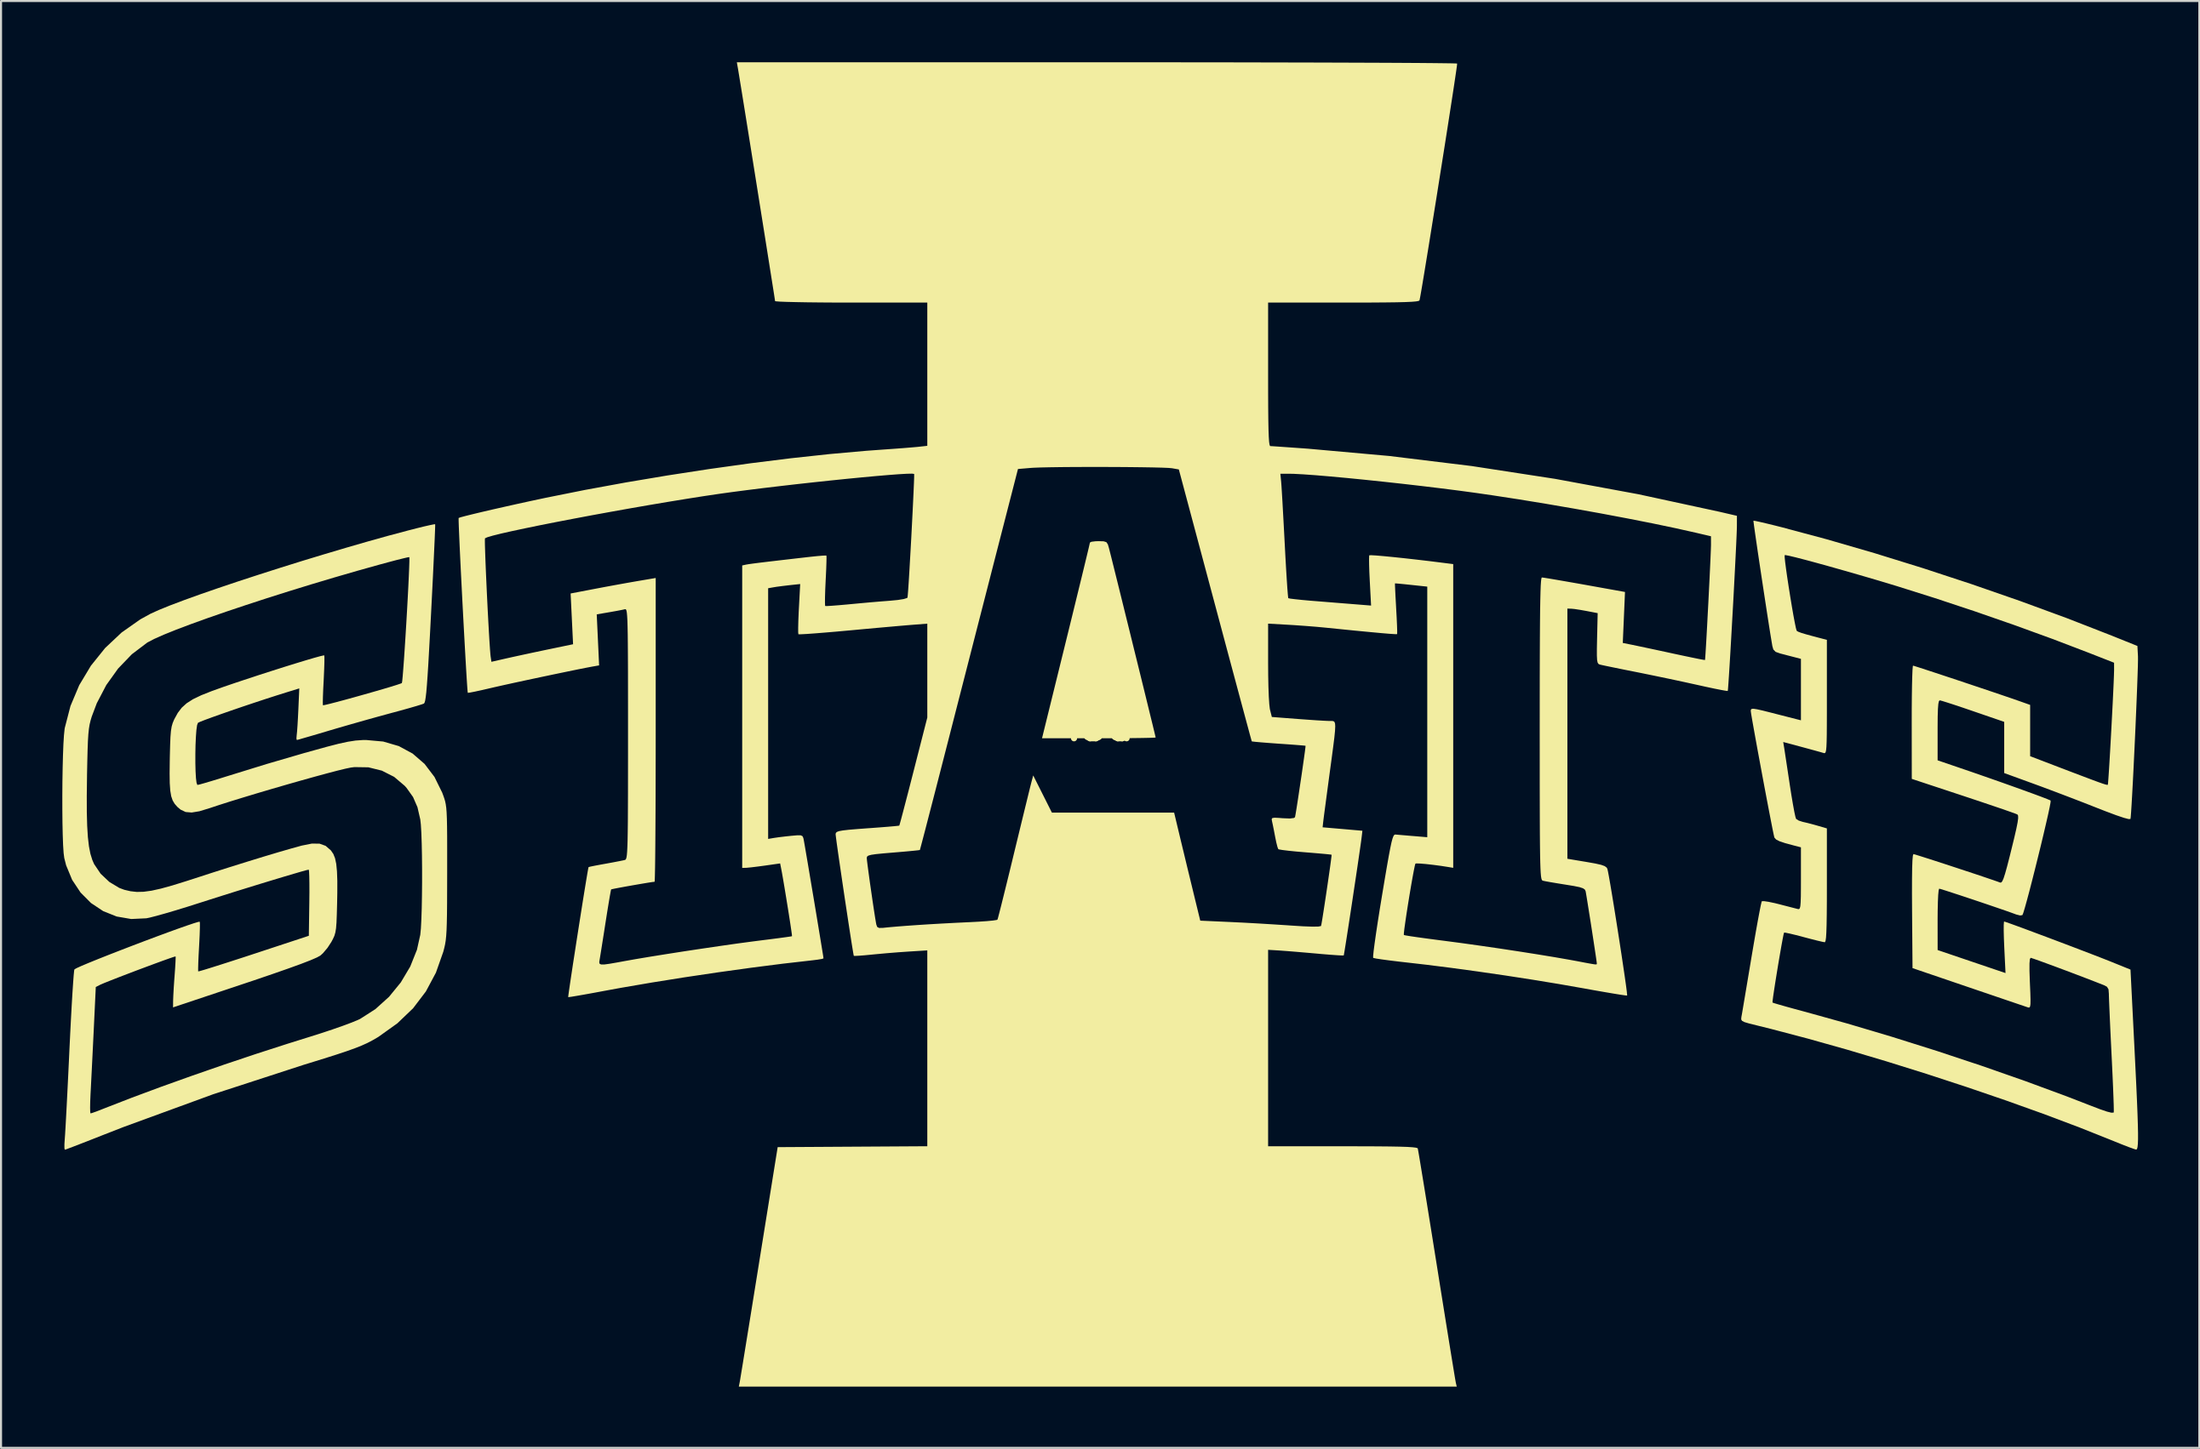
<source format=kicad_pcb>
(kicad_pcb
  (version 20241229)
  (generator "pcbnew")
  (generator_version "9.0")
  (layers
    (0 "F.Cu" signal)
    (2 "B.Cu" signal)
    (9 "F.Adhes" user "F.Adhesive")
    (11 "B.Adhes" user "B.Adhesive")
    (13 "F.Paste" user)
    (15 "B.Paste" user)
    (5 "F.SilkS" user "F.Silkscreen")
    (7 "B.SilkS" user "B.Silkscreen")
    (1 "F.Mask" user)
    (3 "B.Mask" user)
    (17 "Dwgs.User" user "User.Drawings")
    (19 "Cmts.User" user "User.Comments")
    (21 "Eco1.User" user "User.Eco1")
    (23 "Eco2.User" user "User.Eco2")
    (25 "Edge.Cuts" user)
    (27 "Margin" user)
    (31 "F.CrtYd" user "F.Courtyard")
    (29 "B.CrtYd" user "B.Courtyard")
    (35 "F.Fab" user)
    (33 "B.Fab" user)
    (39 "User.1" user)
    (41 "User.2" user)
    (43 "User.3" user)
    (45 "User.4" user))
  (footprint "isu"
    (layer "F.Cu")
    (at 50.8 32.427)
    (property "Reference" "isu" (at 0 0 0) (layer "F.SilkS") (effects (font (size 1.5 1.5) (thickness 0.3))))
    (attr board_only exclude_from_pos_files exclude_from_bom)
    (fp_poly (pts (xy 0.163 -8.968) (xy 0.298 -8.926) (xy 0.371 -8.815) (xy 0.419 -8.652) (xy 0.459 -8.497) (xy 0.533 -8.205) (xy 0.636 -7.791) (xy 0.764 -7.276) (xy 0.913 -6.676) (xy 1.078 -6.009) (xy 1.254 -5.294) (xy 1.439 -4.548) (xy 1.625 -3.79) (xy 1.811 -3.037) (xy 1.991 -2.307) (xy 2.16 -1.619) (xy 2.314 -0.99) (xy 2.449 -0.437) (xy 2.561 0.019) (xy 2.644 0.363) (xy 2.695 0.576) (xy 2.709 0.64) (xy 2.628 0.649) (xy 2.397 0.657) (xy 2.036 0.664) (xy 1.566 0.67) (xy 1.005 0.674) (xy 0.373 0.677) (xy -0.072 0.677) (xy -2.852 0.677) (xy -1.68 -4.081) (xy -1.466 -4.951) (xy -1.265 -5.771) (xy -1.08 -6.529) (xy -0.914 -7.207) (xy -0.772 -7.792) (xy -0.657 -8.27) (xy -0.572 -8.624) (xy -0.522 -8.842) (xy -0.508 -8.907) (xy -0.432 -8.946) (xy -0.237 -8.97) (xy -0.088 -8.975)) (stroke (width 0) (type solid)) (fill yes) (layer "F.SilkS"))
    (fp_poly (pts (xy 32.051 -9.966) (xy 32.274 -9.919) (xy 32.605 -9.842) (xy 33.018 -9.741) (xy 33.366 -9.653) (xy 35.577 -9.06) (xy 37.888 -8.389) (xy 40.259 -7.654) (xy 42.648 -6.868) (xy 45.014 -6.046) (xy 47.314 -5.201) (xy 49.507 -4.346) (xy 49.53 -4.336) (xy 50.758 -3.842) (xy 50.785 -3.339) (xy 50.786 -3.168) (xy 50.78 -2.855) (xy 50.766 -2.422) (xy 50.747 -1.89) (xy 50.723 -1.28) (xy 50.695 -0.612) (xy 50.665 0.092) (xy 50.632 0.812) (xy 50.598 1.527) (xy 50.565 2.216) (xy 50.532 2.858) (xy 50.501 3.432) (xy 50.473 3.917) (xy 50.449 4.293) (xy 50.43 4.538) (xy 50.418 4.629) (xy 50.329 4.635) (xy 50.093 4.573) (xy 49.714 4.445) (xy 49.201 4.253) (xy 48.794 4.094) (xy 48.172 3.849) (xy 47.472 3.579) (xy 46.76 3.308) (xy 46.099 3.06) (xy 45.72 2.921) (xy 44.238 2.381) (xy 44.238 1.128) (xy 44.238 -0.126) (xy 42.714 -0.65) (xy 42.232 -0.815) (xy 41.801 -0.959) (xy 41.448 -1.073) (xy 41.201 -1.15) (xy 41.086 -1.18) (xy 41.084 -1.18) (xy 41.044 -1.141) (xy 41.015 -1.008) (xy 40.995 -0.764) (xy 40.983 -0.389) (xy 40.979 0.132) (xy 40.979 0.286) (xy 40.979 1.758) (xy 42.016 2.112) (xy 42.667 2.335) (xy 43.326 2.564) (xy 43.974 2.791) (xy 44.59 3.01) (xy 45.155 3.213) (xy 45.647 3.392) (xy 46.047 3.54) (xy 46.335 3.651) (xy 46.491 3.717) (xy 46.511 3.729) (xy 46.506 3.82) (xy 46.463 4.052) (xy 46.389 4.401) (xy 46.288 4.844) (xy 46.168 5.358) (xy 46.034 5.92) (xy 45.89 6.506) (xy 45.744 7.093) (xy 45.601 7.658) (xy 45.467 8.178) (xy 45.346 8.629) (xy 45.246 8.988) (xy 45.172 9.232) (xy 45.129 9.338) (xy 45.129 9.338) (xy 45.018 9.356) (xy 44.83 9.309) (xy 44.824 9.307) (xy 44.635 9.237) (xy 44.333 9.13) (xy 43.944 8.996) (xy 43.497 8.843) (xy 43.019 8.681) (xy 42.537 8.52) (xy 42.081 8.368) (xy 41.676 8.236) (xy 41.352 8.131) (xy 41.136 8.064) (xy 41.056 8.043) (xy 41.03 8.124) (xy 41.008 8.35) (xy 40.992 8.698) (xy 40.982 9.144) (xy 40.979 9.546) (xy 40.98 11.049) (xy 42.641 11.613) (xy 44.302 12.176) (xy 44.241 10.914) (xy 44.223 10.474) (xy 44.214 10.101) (xy 44.215 9.823) (xy 44.226 9.672) (xy 44.234 9.652) (xy 44.329 9.681) (xy 44.56 9.762) (xy 44.904 9.887) (xy 45.338 10.047) (xy 45.841 10.235) (xy 46.39 10.44) (xy 46.962 10.656) (xy 47.535 10.873) (xy 48.087 11.084) (xy 48.595 11.279) (xy 49.036 11.45) (xy 49.389 11.589) (xy 49.488 11.629) (xy 50.419 12.006) (xy 50.602 15.634) (xy 50.656 16.718) (xy 50.701 17.644) (xy 50.736 18.425) (xy 50.762 19.072) (xy 50.779 19.596) (xy 50.788 20.009) (xy 50.788 20.323) (xy 50.779 20.549) (xy 50.763 20.7) (xy 50.739 20.786) (xy 50.707 20.819) (xy 50.694 20.821) (xy 50.579 20.787) (xy 50.342 20.701) (xy 50.014 20.574) (xy 49.63 20.419) (xy 49.572 20.395) (xy 47.948 19.747) (xy 46.188 19.083) (xy 44.326 18.416) (xy 42.394 17.755) (xy 40.425 17.11) (xy 38.451 16.493) (xy 36.505 15.914) (xy 34.62 15.384) (xy 32.827 14.912) (xy 32.114 14.735) (xy 31.752 14.645) (xy 31.527 14.578) (xy 31.408 14.517) (xy 31.366 14.445) (xy 31.373 14.347) (xy 31.377 14.321) (xy 31.402 14.185) (xy 31.45 13.903) (xy 31.497 13.621) (xy 32.899 13.621) (xy 32.987 13.652) (xy 33.212 13.719) (xy 33.549 13.815) (xy 33.973 13.932) (xy 34.457 14.063) (xy 34.478 14.068) (xy 36.568 14.65) (xy 38.736 15.295) (xy 40.939 15.989) (xy 43.131 16.717) (xy 45.268 17.465) (xy 47.307 18.218) (xy 48.429 18.653) (xy 48.916 18.84) (xy 49.263 18.959) (xy 49.482 19.014) (xy 49.587 19.01) (xy 49.6 18.993) (xy 49.602 18.884) (xy 49.597 18.627) (xy 49.584 18.244) (xy 49.565 17.755) (xy 49.54 17.182) (xy 49.51 16.547) (xy 49.494 16.215) (xy 49.461 15.543) (xy 49.431 14.911) (xy 49.405 14.343) (xy 49.384 13.863) (xy 49.369 13.494) (xy 49.361 13.26) (xy 49.361 13.207) (xy 49.343 12.975) (xy 49.269 12.848) (xy 49.128 12.773) (xy 48.725 12.615) (xy 48.263 12.436) (xy 47.767 12.247) (xy 47.264 12.057) (xy 46.78 11.876) (xy 46.341 11.714) (xy 45.972 11.579) (xy 45.7 11.483) (xy 45.55 11.434) (xy 45.531 11.43) (xy 45.494 11.497) (xy 45.476 11.703) (xy 45.475 12.057) (xy 45.492 12.57) (xy 45.496 12.668) (xy 45.517 13.148) (xy 45.526 13.484) (xy 45.523 13.698) (xy 45.504 13.817) (xy 45.469 13.863) (xy 45.416 13.862) (xy 45.403 13.858) (xy 45.29 13.82) (xy 45.036 13.734) (xy 44.662 13.607) (xy 44.186 13.445) (xy 43.628 13.255) (xy 43.008 13.044) (xy 42.503 12.872) (xy 39.751 11.934) (xy 39.729 9.142) (xy 39.724 8.278) (xy 39.726 7.58) (xy 39.733 7.042) (xy 39.747 6.66) (xy 39.767 6.431) (xy 39.794 6.35) (xy 39.796 6.35) (xy 39.892 6.375) (xy 40.122 6.446) (xy 40.461 6.554) (xy 40.881 6.689) (xy 41.357 6.844) (xy 41.863 7.01) (xy 42.372 7.178) (xy 42.858 7.339) (xy 43.295 7.486) (xy 43.657 7.609) (xy 43.918 7.699) (xy 44.037 7.744) (xy 44.09 7.742) (xy 44.144 7.68) (xy 44.206 7.54) (xy 44.283 7.302) (xy 44.382 6.947) (xy 44.508 6.456) (xy 44.586 6.14) (xy 44.729 5.556) (xy 44.83 5.117) (xy 44.893 4.802) (xy 44.921 4.593) (xy 44.918 4.469) (xy 44.887 4.411) (xy 44.885 4.41) (xy 44.779 4.367) (xy 44.532 4.278) (xy 44.166 4.15) (xy 43.699 3.991) (xy 43.154 3.807) (xy 42.549 3.605) (xy 42.243 3.503) (xy 39.715 2.667) (xy 39.712 -0.106) (xy 39.713 -0.772) (xy 39.718 -1.38) (xy 39.726 -1.912) (xy 39.737 -2.346) (xy 39.75 -2.663) (xy 39.765 -2.844) (xy 39.776 -2.879) (xy 39.868 -2.853) (xy 40.097 -2.78) (xy 40.441 -2.668) (xy 40.876 -2.525) (xy 41.381 -2.358) (xy 41.932 -2.175) (xy 42.506 -1.983) (xy 43.081 -1.79) (xy 43.634 -1.604) (xy 44.141 -1.432) (xy 44.581 -1.282) (xy 44.929 -1.161) (xy 45.043 -1.121) (xy 45.508 -0.956) (xy 45.508 0.299) (xy 45.508 1.555) (xy 46.905 2.09) (xy 47.586 2.35) (xy 48.125 2.554) (xy 48.539 2.71) (xy 48.844 2.823) (xy 49.056 2.898) (xy 49.193 2.941) (xy 49.271 2.959) (xy 49.306 2.957) (xy 49.31 2.954) (xy 49.321 2.865) (xy 49.339 2.631) (xy 49.363 2.277) (xy 49.391 1.825) (xy 49.422 1.3) (xy 49.454 0.727) (xy 49.487 0.129) (xy 49.518 -0.469) (xy 49.548 -1.044) (xy 49.573 -1.572) (xy 49.594 -2.027) (xy 49.608 -2.387) (xy 49.615 -2.627) (xy 49.616 -2.675) (xy 49.615 -3.022) (xy 48.366 -3.512) (xy 46.589 -4.191) (xy 44.705 -4.876) (xy 42.771 -5.548) (xy 40.842 -6.188) (xy 38.975 -6.777) (xy 37.989 -7.074) (xy 37.169 -7.314) (xy 36.392 -7.537) (xy 35.676 -7.74) (xy 35.035 -7.917) (xy 34.485 -8.065) (xy 34.041 -8.18) (xy 33.718 -8.257) (xy 33.533 -8.292) (xy 33.495 -8.291) (xy 33.493 -8.196) (xy 33.516 -7.964) (xy 33.56 -7.624) (xy 33.619 -7.207) (xy 33.69 -6.741) (xy 33.767 -6.257) (xy 33.845 -5.784) (xy 33.92 -5.351) (xy 33.988 -4.989) (xy 34.042 -4.726) (xy 34.08 -4.593) (xy 34.086 -4.583) (xy 34.159 -4.539) (xy 34.303 -4.485) (xy 34.541 -4.413) (xy 34.902 -4.314) (xy 35.2 -4.236) (xy 35.56 -4.142) (xy 35.56 -1.346) (xy 35.56 -0.585) (xy 35.558 0.023) (xy 35.555 0.496) (xy 35.548 0.848) (xy 35.537 1.099) (xy 35.521 1.263) (xy 35.498 1.358) (xy 35.468 1.4) (xy 35.429 1.407) (xy 35.388 1.396) (xy 35.238 1.352) (xy 34.966 1.277) (xy 34.615 1.181) (xy 34.32 1.101) (xy 33.423 0.861) (xy 33.467 1.129) (xy 33.493 1.297) (xy 33.539 1.6) (xy 33.601 2.007) (xy 33.673 2.485) (xy 33.745 2.963) (xy 33.823 3.463) (xy 33.898 3.907) (xy 33.964 4.268) (xy 34.018 4.517) (xy 34.052 4.625) (xy 34.182 4.709) (xy 34.379 4.772) (xy 34.608 4.825) (xy 34.913 4.905) (xy 35.097 4.957) (xy 35.56 5.092) (xy 35.56 7.88) (xy 35.559 8.675) (xy 35.554 9.314) (xy 35.546 9.811) (xy 35.534 10.18) (xy 35.518 10.436) (xy 35.496 10.591) (xy 35.468 10.66) (xy 35.454 10.666) (xy 35.334 10.644) (xy 35.087 10.586) (xy 34.753 10.501) (xy 34.422 10.414) (xy 34.052 10.317) (xy 33.746 10.243) (xy 33.539 10.2) (xy 33.466 10.194) (xy 33.44 10.286) (xy 33.395 10.512) (xy 33.334 10.844) (xy 33.263 11.251) (xy 33.186 11.702) (xy 33.11 12.166) (xy 33.038 12.613) (xy 32.976 13.013) (xy 32.929 13.334) (xy 32.902 13.548) (xy 32.899 13.621) (xy 31.497 13.621) (xy 31.518 13.498) (xy 31.603 12.992) (xy 31.701 12.407) (xy 31.809 11.765) (xy 31.868 11.408) (xy 31.979 10.754) (xy 32.083 10.153) (xy 32.177 9.626) (xy 32.258 9.194) (xy 32.321 8.877) (xy 32.363 8.695) (xy 32.376 8.659) (xy 32.478 8.654) (xy 32.705 8.687) (xy 33.017 8.753) (xy 33.215 8.802) (xy 33.571 8.894) (xy 33.877 8.973) (xy 34.087 9.027) (xy 34.142 9.041) (xy 34.195 9.044) (xy 34.233 9.005) (xy 34.26 8.902) (xy 34.276 8.714) (xy 34.286 8.419) (xy 34.289 7.994) (xy 34.29 7.548) (xy 34.29 6.018) (xy 33.93 5.925) (xy 33.516 5.813) (xy 33.241 5.721) (xy 33.078 5.638) (xy 32.998 5.552) (xy 32.985 5.519) (xy 32.954 5.383) (xy 32.897 5.106) (xy 32.82 4.713) (xy 32.726 4.227) (xy 32.62 3.671) (xy 32.506 3.068) (xy 32.389 2.442) (xy 32.273 1.815) (xy 32.161 1.211) (xy 32.06 0.653) (xy 31.972 0.164) (xy 31.902 -0.231) (xy 31.855 -0.511) (xy 31.835 -0.652) (xy 31.835 -0.661) (xy 31.842 -0.724) (xy 31.88 -0.761) (xy 31.974 -0.767) (xy 32.147 -0.74) (xy 32.424 -0.678) (xy 32.829 -0.576) (xy 33.062 -0.516) (xy 34.29 -0.202) (xy 34.29 -1.706) (xy 34.29 -3.211) (xy 33.951 -3.299) (xy 33.629 -3.382) (xy 33.301 -3.468) (xy 33.277 -3.474) (xy 33.052 -3.553) (xy 32.94 -3.669) (xy 32.892 -3.834) (xy 32.852 -4.07) (xy 32.793 -4.428) (xy 32.721 -4.884) (xy 32.638 -5.417) (xy 32.548 -6.003) (xy 32.454 -6.62) (xy 32.359 -7.246) (xy 32.267 -7.858) (xy 32.181 -8.433) (xy 32.106 -8.949) (xy 32.043 -9.384) (xy 31.996 -9.715) (xy 31.97 -9.919) (xy 31.965 -9.977)) (stroke (width 0) (type solid)) (fill yes) (layer "F.SilkS"))
    (fp_poly (pts (xy -32.552 -9.717) (xy -32.56 -9.477) (xy -32.575 -9.1) (xy -32.598 -8.601) (xy -32.626 -7.997) (xy -32.659 -7.303) (xy -32.697 -6.536) (xy -32.739 -5.711) (xy -32.753 -5.434) (xy -32.805 -4.442) (xy -32.851 -3.606) (xy -32.89 -2.915) (xy -32.926 -2.354) (xy -32.958 -1.911) (xy -32.987 -1.573) (xy -33.016 -1.328) (xy -33.043 -1.163) (xy -33.072 -1.065) (xy -33.102 -1.022) (xy -33.105 -1.02) (xy -33.225 -0.977) (xy -33.479 -0.899) (xy -33.841 -0.794) (xy -34.279 -0.672) (xy -34.713 -0.555) (xy -35.326 -0.388) (xy -36.031 -0.191) (xy -36.758 0.016) (xy -37.438 0.213) (xy -37.738 0.302) (xy -38.222 0.446) (xy -38.648 0.571) (xy -38.991 0.67) (xy -39.224 0.737) (xy -39.322 0.762) (xy -39.323 0.762) (xy -39.343 0.69) (xy -39.33 0.529) (xy -39.312 0.354) (xy -39.29 0.054) (xy -39.268 -0.33) (xy -39.248 -0.734) (xy -39.203 -1.764) (xy -39.858 -1.562) (xy -40.332 -1.413) (xy -40.862 -1.242) (xy -41.422 -1.057) (xy -41.988 -0.867) (xy -42.537 -0.679) (xy -43.044 -0.502) (xy -43.484 -0.345) (xy -43.834 -0.216) (xy -44.069 -0.123) (xy -44.162 -0.078) (xy -44.204 0.035) (xy -44.238 0.278) (xy -44.263 0.617) (xy -44.281 1.02) (xy -44.289 1.454) (xy -44.289 1.888) (xy -44.279 2.288) (xy -44.26 2.621) (xy -44.231 2.857) (xy -44.192 2.961) (xy -44.185 2.963) (xy -44.075 2.939) (xy -43.833 2.871) (xy -43.489 2.769) (xy -43.071 2.641) (xy -42.766 2.546) (xy -40.802 1.939) (xy -38.978 1.406) (xy -37.853 1.094) (xy -37.282 0.947) (xy -36.827 0.848) (xy -36.446 0.789) (xy -36.095 0.764) (xy -35.938 0.762) (xy -35.095 0.838) (xy -34.331 1.061) (xy -33.654 1.428) (xy -33.07 1.934) (xy -32.586 2.572) (xy -32.208 3.34) (xy -32.159 3.471) (xy -32.108 3.616) (xy -32.067 3.754) (xy -32.035 3.904) (xy -32.01 4.083) (xy -31.992 4.311) (xy -31.979 4.607) (xy -31.971 4.988) (xy -31.966 5.475) (xy -31.965 6.085) (xy -31.965 6.836) (xy -31.965 7.239) (xy -31.967 8.069) (xy -31.969 8.748) (xy -31.974 9.298) (xy -31.983 9.736) (xy -31.995 10.083) (xy -32.013 10.358) (xy -32.036 10.581) (xy -32.067 10.77) (xy -32.106 10.945) (xy -32.153 11.127) (xy -32.155 11.134) (xy -32.515 12.156) (xy -33.006 13.076) (xy -33.633 13.901) (xy -34.402 14.637) (xy -35.316 15.291) (xy -35.399 15.342) (xy -35.633 15.477) (xy -35.877 15.604) (xy -36.153 15.728) (xy -36.479 15.857) (xy -36.879 16.001) (xy -37.372 16.165) (xy -37.979 16.358) (xy -38.722 16.588) (xy -38.989 16.67) (xy -43.42 18.112) (xy -47.806 19.716) (xy -48.83 20.116) (xy -49.347 20.32) (xy -49.81 20.501) (xy -50.196 20.65) (xy -50.483 20.759) (xy -50.648 20.819) (xy -50.678 20.828) (xy -50.697 20.751) (xy -50.697 20.551) (xy -50.68 20.299) (xy -50.666 20.104) (xy -50.645 19.761) (xy -50.619 19.288) (xy -50.588 18.706) (xy -50.554 18.035) (xy -50.517 17.295) (xy -50.479 16.506) (xy -50.452 15.917) (xy -50.413 15.125) (xy -50.375 14.385) (xy -50.338 13.714) (xy -50.303 13.129) (xy -50.271 12.648) (xy -50.244 12.287) (xy -50.222 12.064) (xy -50.208 11.996) (xy -50.104 11.936) (xy -49.865 11.827) (xy -49.513 11.679) (xy -49.068 11.498) (xy -48.552 11.293) (xy -47.985 11.072) (xy -47.389 10.842) (xy -46.784 10.612) (xy -46.192 10.39) (xy -45.633 10.183) (xy -45.128 10) (xy -44.699 9.849) (xy -44.366 9.737) (xy -44.15 9.672) (xy -44.074 9.661) (xy -44.066 9.754) (xy -44.068 9.985) (xy -44.079 10.321) (xy -44.099 10.732) (xy -44.107 10.881) (xy -44.13 11.31) (xy -44.146 11.673) (xy -44.153 11.941) (xy -44.152 12.082) (xy -44.149 12.095) (xy -44.065 12.077) (xy -43.839 12.011) (xy -43.49 11.903) (xy -43.038 11.76) (xy -42.499 11.587) (xy -41.894 11.391) (xy -41.428 11.238) (xy -38.735 10.35) (xy -38.712 8.731) (xy -38.707 8.228) (xy -38.708 7.789) (xy -38.714 7.44) (xy -38.724 7.206) (xy -38.738 7.113) (xy -38.739 7.112) (xy -38.849 7.136) (xy -39.1 7.205) (xy -39.469 7.313) (xy -39.936 7.451) (xy -40.479 7.615) (xy -41.078 7.797) (xy -41.71 7.992) (xy -42.355 8.192) (xy -42.99 8.392) (xy -43.596 8.584) (xy -44.055 8.731) (xy -44.653 8.921) (xy -45.228 9.098) (xy -45.75 9.252) (xy -46.191 9.375) (xy -46.522 9.46) (xy -46.686 9.494) (xy -47.428 9.529) (xy -48.139 9.407) (xy -48.8 9.143) (xy -49.395 8.747) (xy -49.907 8.233) (xy -50.319 7.613) (xy -50.614 6.899) (xy -50.706 6.536) (xy -50.737 6.293) (xy -50.762 5.907) (xy -50.78 5.406) (xy -50.793 4.818) (xy -50.799 4.17) (xy -50.8 3.495) (xy -49.603 3.495) (xy -49.601 4.298) (xy -49.583 4.967) (xy -49.549 5.518) (xy -49.497 5.969) (xy -49.425 6.336) (xy -49.332 6.637) (xy -49.243 6.84) (xy -48.925 7.311) (xy -48.5 7.712) (xy -48.016 8.005) (xy -47.766 8.098) (xy -47.463 8.169) (xy -47.156 8.203) (xy -46.821 8.195) (xy -46.433 8.142) (xy -45.97 8.039) (xy -45.407 7.883) (xy -44.722 7.67) (xy -44.365 7.555) (xy -43.498 7.273) (xy -42.623 6.994) (xy -41.769 6.727) (xy -40.963 6.479) (xy -40.232 6.26) (xy -39.604 6.078) (xy -39.108 5.941) (xy -39.078 5.933) (xy -38.591 5.836) (xy -38.214 5.838) (xy -37.915 5.945) (xy -37.663 6.162) (xy -37.646 6.182) (xy -37.535 6.346) (xy -37.452 6.555) (xy -37.394 6.83) (xy -37.358 7.194) (xy -37.341 7.668) (xy -37.342 8.274) (xy -37.352 8.784) (xy -37.366 9.309) (xy -37.381 9.695) (xy -37.403 9.977) (xy -37.436 10.184) (xy -37.484 10.35) (xy -37.554 10.505) (xy -37.63 10.647) (xy -37.82 10.939) (xy -38.043 11.203) (xy -38.172 11.32) (xy -38.339 11.412) (xy -38.655 11.549) (xy -39.121 11.729) (xy -39.742 11.954) (xy -40.518 12.225) (xy -41.453 12.544) (xy -41.926 12.702) (xy -45.381 13.857) (xy -45.377 13.511) (xy -45.368 13.278) (xy -45.349 12.931) (xy -45.322 12.526) (xy -45.303 12.277) (xy -45.277 11.909) (xy -45.26 11.61) (xy -45.253 11.416) (xy -45.256 11.362) (xy -45.338 11.382) (xy -45.55 11.454) (xy -45.867 11.567) (xy -46.26 11.711) (xy -46.704 11.876) (xy -47.172 12.051) (xy -47.636 12.228) (xy -48.069 12.394) (xy -48.446 12.542) (xy -48.738 12.659) (xy -48.92 12.737) (xy -48.944 12.748) (xy -49.162 12.858) (xy -49.264 15.002) (xy -49.296 15.653) (xy -49.328 16.308) (xy -49.359 16.929) (xy -49.387 17.478) (xy -49.409 17.916) (xy -49.419 18.098) (xy -49.435 18.476) (xy -49.44 18.783) (xy -49.434 18.985) (xy -49.418 19.05) (xy -49.32 19.021) (xy -49.105 18.943) (xy -48.814 18.83) (xy -48.707 18.788) (xy -47.405 18.282) (xy -45.978 17.751) (xy -44.462 17.208) (xy -42.898 16.665) (xy -41.323 16.137) (xy -39.775 15.637) (xy -38.735 15.312) (xy -38.15 15.127) (xy -37.586 14.94) (xy -37.072 14.76) (xy -36.643 14.6) (xy -36.328 14.47) (xy -36.223 14.42) (xy -35.479 13.943) (xy -34.81 13.339) (xy -34.235 12.635) (xy -33.773 11.858) (xy -33.444 11.035) (xy -33.281 10.302) (xy -33.251 9.992) (xy -33.228 9.55) (xy -33.21 9.006) (xy -33.199 8.39) (xy -33.193 7.734) (xy -33.193 7.067) (xy -33.199 6.42) (xy -33.211 5.823) (xy -33.229 5.307) (xy -33.253 4.903) (xy -33.28 4.657) (xy -33.419 4.053) (xy -33.635 3.555) (xy -33.954 3.107) (xy -34.046 3.004) (xy -34.56 2.568) (xy -35.162 2.263) (xy -35.82 2.1) (xy -36.505 2.09) (xy -36.686 2.113) (xy -36.944 2.167) (xy -37.341 2.264) (xy -37.851 2.398) (xy -38.451 2.561) (xy -39.117 2.747) (xy -39.825 2.949) (xy -40.551 3.16) (xy -41.272 3.373) (xy -41.963 3.582) (xy -42.6 3.778) (xy -43.16 3.957) (xy -43.597 4.102) (xy -44.09 4.252) (xy -44.469 4.314) (xy -44.766 4.289) (xy -45.011 4.173) (xy -45.171 4.038) (xy -45.301 3.889) (xy -45.4 3.723) (xy -45.471 3.516) (xy -45.517 3.243) (xy -45.542 2.88) (xy -45.549 2.404) (xy -45.542 1.792) (xy -45.538 1.552) (xy -45.524 1.014) (xy -45.508 0.615) (xy -45.484 0.322) (xy -45.449 0.105) (xy -45.399 -0.069) (xy -45.331 -0.231) (xy -45.313 -0.268) (xy -45.147 -0.569) (xy -44.956 -0.819) (xy -44.716 -1.036) (xy -44.405 -1.235) (xy -43.997 -1.431) (xy -43.469 -1.64) (xy -42.924 -1.835) (xy -42.365 -2.026) (xy -41.765 -2.226) (xy -41.144 -2.43) (xy -40.525 -2.629) (xy -39.927 -2.819) (xy -39.373 -2.991) (xy -38.884 -3.14) (xy -38.479 -3.259) (xy -38.182 -3.341) (xy -38.012 -3.38) (xy -37.981 -3.381) (xy -37.973 -3.288) (xy -37.974 -3.057) (xy -37.984 -2.72) (xy -38.002 -2.309) (xy -38.009 -2.159) (xy -38.031 -1.73) (xy -38.045 -1.365) (xy -38.051 -1.095) (xy -38.048 -0.953) (xy -38.045 -0.939) (xy -37.959 -0.951) (xy -37.739 -1.003) (xy -37.411 -1.087) (xy -37.003 -1.196) (xy -36.544 -1.322) (xy -36.06 -1.458) (xy -35.578 -1.595) (xy -35.128 -1.725) (xy -34.735 -1.842) (xy -34.429 -1.937) (xy -34.235 -2.003) (xy -34.182 -2.027) (xy -34.165 -2.119) (xy -34.142 -2.357) (xy -34.113 -2.718) (xy -34.079 -3.178) (xy -34.043 -3.715) (xy -34.005 -4.304) (xy -33.967 -4.924) (xy -33.931 -5.55) (xy -33.897 -6.161) (xy -33.867 -6.731) (xy -33.843 -7.24) (xy -33.825 -7.662) (xy -33.815 -7.976) (xy -33.814 -8.158) (xy -33.819 -8.194) (xy -33.905 -8.181) (xy -34.128 -8.129) (xy -34.46 -8.046) (xy -34.875 -7.936) (xy -35.274 -7.828) (xy -36.37 -7.521) (xy -37.484 -7.198) (xy -38.601 -6.864) (xy -39.705 -6.524) (xy -40.782 -6.183) (xy -41.817 -5.845) (xy -42.795 -5.517) (xy -43.701 -5.203) (xy -44.52 -4.907) (xy -45.237 -4.636) (xy -45.837 -4.394) (xy -46.305 -4.186) (xy -46.627 -4.018) (xy -46.65 -4.003) (xy -47.397 -3.437) (xy -48.07 -2.736) (xy -48.649 -1.927) (xy -49.114 -1.036) (xy -49.361 -0.381) (xy -49.418 -0.189) (xy -49.464 0.002) (xy -49.499 0.217) (xy -49.526 0.481) (xy -49.547 0.815) (xy -49.563 1.246) (xy -49.577 1.797) (xy -49.591 2.491) (xy -49.591 2.54) (xy -49.603 3.495) (xy -50.8 3.495) (xy -50.8 3.488) (xy -50.795 2.8) (xy -50.784 2.133) (xy -50.768 1.515) (xy -50.747 0.972) (xy -50.72 0.532) (xy -50.688 0.222) (xy -50.679 0.169) (xy -50.401 -0.903) (xy -49.971 -1.925) (xy -49.4 -2.877) (xy -48.704 -3.743) (xy -47.894 -4.505) (xy -46.984 -5.145) (xy -46.486 -5.419) (xy -46.081 -5.603) (xy -45.53 -5.827) (xy -44.85 -6.084) (xy -44.06 -6.369) (xy -43.176 -6.675) (xy -42.216 -6.998) (xy -41.198 -7.331) (xy -40.138 -7.67) (xy -39.056 -8.008) (xy -37.967 -8.339) (xy -36.89 -8.659) (xy -35.841 -8.962) (xy -34.84 -9.242) (xy -33.902 -9.492) (xy -33.454 -9.607) (xy -33.094 -9.696) (xy -32.801 -9.762) (xy -32.609 -9.8) (xy -32.553 -9.804)) (stroke (width 0) (type solid)) (fill yes) (layer "F.SilkS"))
    (fp_poly (pts (xy 1.536 -32.427) (xy 3.205 -32.426) (xy 4.821 -32.425) (xy 6.377 -32.423) (xy 7.863 -32.42) (xy 9.272 -32.417) (xy 10.597 -32.414) (xy 11.83 -32.41) (xy 12.962 -32.406) (xy 13.986 -32.402) (xy 14.893 -32.397) (xy 15.677 -32.392) (xy 16.329 -32.386) (xy 16.841 -32.38) (xy 17.206 -32.375) (xy 17.415 -32.369) (xy 17.464 -32.364) (xy 17.456 -32.274) (xy 17.423 -32.033) (xy 17.368 -31.659) (xy 17.294 -31.166) (xy 17.203 -30.573) (xy 17.098 -29.895) (xy 16.982 -29.149) (xy 16.857 -28.351) (xy 16.725 -27.519) (xy 16.59 -26.668) (xy 16.455 -25.814) (xy 16.32 -24.976) (xy 16.19 -24.168) (xy 16.068 -23.408) (xy 15.954 -22.712) (xy 15.853 -22.096) (xy 15.767 -21.577) (xy 15.698 -21.172) (xy 15.649 -20.897) (xy 15.622 -20.769) (xy 15.621 -20.765) (xy 15.576 -20.738) (xy 15.454 -20.716) (xy 15.241 -20.698) (xy 14.927 -20.684) (xy 14.498 -20.673) (xy 13.943 -20.666) (xy 13.25 -20.661) (xy 12.405 -20.659) (xy 11.898 -20.659) (xy 8.213 -20.659) (xy 8.213 -17.145) (xy 8.214 -16.245) (xy 8.217 -15.501) (xy 8.223 -14.902) (xy 8.232 -14.435) (xy 8.245 -14.088) (xy 8.261 -13.847) (xy 8.282 -13.701) (xy 8.307 -13.636) (xy 8.319 -13.631) (xy 8.432 -13.625) (xy 8.687 -13.608) (xy 9.057 -13.582) (xy 9.515 -13.55) (xy 10.034 -13.513) (xy 10.16 -13.504) (xy 14.14 -13.147) (xy 18.184 -12.653) (xy 22.26 -12.026) (xy 26.339 -11.272) (xy 30.332 -10.408) (xy 31.157 -10.216) (xy 31.156 -9.744) (xy 31.152 -9.545) (xy 31.139 -9.212) (xy 31.119 -8.765) (xy 31.092 -8.223) (xy 31.061 -7.606) (xy 31.026 -6.936) (xy 30.989 -6.23) (xy 30.949 -5.511) (xy 30.909 -4.797) (xy 30.87 -4.109) (xy 30.833 -3.467) (xy 30.798 -2.89) (xy 30.767 -2.399) (xy 30.741 -2.014) (xy 30.722 -1.755) (xy 30.709 -1.642) (xy 30.708 -1.639) (xy 30.62 -1.647) (xy 30.393 -1.687) (xy 30.055 -1.754) (xy 29.632 -1.844) (xy 29.203 -1.939) (xy 28.589 -2.074) (xy 27.879 -2.226) (xy 27.145 -2.379) (xy 26.457 -2.52) (xy 26.162 -2.579) (xy 25.659 -2.679) (xy 25.207 -2.771) (xy 24.833 -2.848) (xy 24.568 -2.904) (xy 24.44 -2.934) (xy 24.38 -2.964) (xy 24.339 -3.029) (xy 24.314 -3.157) (xy 24.303 -3.373) (xy 24.303 -3.704) (xy 24.312 -4.176) (xy 24.313 -4.215) (xy 24.342 -5.45) (xy 23.791 -5.556) (xy 23.475 -5.612) (xy 23.203 -5.653) (xy 23.05 -5.667) (xy 22.86 -5.673) (xy 22.86 0.453) (xy 22.86 6.579) (xy 23.801 6.736) (xy 24.224 6.811) (xy 24.509 6.875) (xy 24.684 6.938) (xy 24.78 7.009) (xy 24.814 7.066) (xy 24.843 7.185) (xy 24.892 7.444) (xy 24.958 7.821) (xy 25.037 8.292) (xy 25.126 8.835) (xy 25.221 9.428) (xy 25.319 10.048) (xy 25.416 10.673) (xy 25.509 11.279) (xy 25.593 11.844) (xy 25.667 12.346) (xy 25.726 12.762) (xy 25.766 13.068) (xy 25.784 13.244) (xy 25.783 13.277) (xy 25.695 13.27) (xy 25.463 13.237) (xy 25.11 13.18) (xy 24.658 13.103) (xy 24.13 13.011) (xy 23.65 12.924) (xy 22.452 12.714) (xy 21.161 12.502) (xy 19.822 12.295) (xy 18.479 12.1) (xy 17.179 11.922) (xy 15.965 11.769) (xy 15.155 11.676) (xy 14.63 11.616) (xy 14.162 11.559) (xy 13.778 11.508) (xy 13.504 11.466) (xy 13.365 11.436) (xy 13.354 11.431) (xy 13.353 11.338) (xy 13.377 11.096) (xy 13.425 10.726) (xy 13.493 10.247) (xy 13.579 9.677) (xy 13.68 9.035) (xy 13.788 8.376) (xy 13.92 7.585) (xy 14.029 6.946) (xy 14.118 6.443) (xy 14.191 6.059) (xy 14.25 5.78) (xy 14.301 5.59) (xy 14.345 5.472) (xy 14.386 5.411) (xy 14.429 5.392) (xy 14.446 5.392) (xy 14.602 5.406) (xy 14.875 5.429) (xy 15.213 5.458) (xy 15.303 5.465) (xy 16.002 5.523) (xy 16.002 -0.613) (xy 16.002 -6.749) (xy 15.219 -6.832) (xy 14.877 -6.868) (xy 14.608 -6.894) (xy 14.449 -6.907) (xy 14.422 -6.908) (xy 14.422 -6.826) (xy 14.431 -6.604) (xy 14.447 -6.274) (xy 14.47 -5.864) (xy 14.48 -5.675) (xy 14.504 -5.239) (xy 14.521 -4.867) (xy 14.53 -4.591) (xy 14.529 -4.44) (xy 14.526 -4.422) (xy 14.431 -4.421) (xy 14.174 -4.437) (xy 13.757 -4.472) (xy 13.186 -4.525) (xy 12.466 -4.594) (xy 11.601 -4.681) (xy 11.007 -4.741) (xy 10.568 -4.782) (xy 10.04 -4.824) (xy 9.504 -4.862) (xy 9.207 -4.88) (xy 8.213 -4.936) (xy 8.213 -3.013) (xy 8.217 -2.403) (xy 8.228 -1.845) (xy 8.246 -1.367) (xy 8.27 -0.997) (xy 8.297 -0.761) (xy 8.304 -0.728) (xy 8.396 -0.365) (xy 9.68 -0.266) (xy 10.152 -0.232) (xy 10.585 -0.202) (xy 10.941 -0.181) (xy 11.181 -0.17) (xy 11.239 -0.169) (xy 11.333 -0.17) (xy 11.406 -0.162) (xy 11.458 -0.126) (xy 11.489 -0.046) (xy 11.498 0.097) (xy 11.487 0.319) (xy 11.455 0.639) (xy 11.401 1.073) (xy 11.326 1.64) (xy 11.229 2.356) (xy 11.225 2.384) (xy 11.145 2.981) (xy 11.071 3.535) (xy 11.007 4.019) (xy 10.955 4.407) (xy 10.921 4.675) (xy 10.908 4.784) (xy 10.88 5.038) (xy 11.853 5.122) (xy 12.827 5.207) (xy 12.798 5.461) (xy 12.773 5.658) (xy 12.728 5.981) (xy 12.666 6.408) (xy 12.592 6.915) (xy 12.508 7.48) (xy 12.418 8.078) (xy 12.327 8.688) (xy 12.236 9.285) (xy 12.15 9.846) (xy 12.072 10.349) (xy 12.006 10.769) (xy 11.955 11.084) (xy 11.923 11.271) (xy 11.914 11.313) (xy 11.825 11.315) (xy 11.596 11.303) (xy 11.258 11.279) (xy 10.84 11.245) (xy 10.579 11.221) (xy 10.075 11.177) (xy 9.585 11.135) (xy 9.153 11.1) (xy 8.826 11.076) (xy 8.742 11.07) (xy 8.213 11.038) (xy 8.213 15.848) (xy 8.213 20.659) (xy 11.856 20.659) (xy 12.779 20.66) (xy 13.544 20.663) (xy 14.165 20.669) (xy 14.653 20.678) (xy 15.02 20.69) (xy 15.28 20.707) (xy 15.444 20.727) (xy 15.524 20.751) (xy 15.537 20.765) (xy 15.556 20.864) (xy 15.6 21.117) (xy 15.665 21.509) (xy 15.75 22.026) (xy 15.853 22.655) (xy 15.971 23.38) (xy 16.101 24.188) (xy 16.242 25.065) (xy 16.391 25.997) (xy 16.465 26.458) (xy 16.617 27.415) (xy 16.763 28.325) (xy 16.899 29.174) (xy 17.024 29.95) (xy 17.135 30.636) (xy 17.23 31.219) (xy 17.306 31.684) (xy 17.361 32.017) (xy 17.394 32.204) (xy 17.4 32.237) (xy 17.445 32.427) (xy -0.123 32.427) (xy -17.691 32.427) (xy -17.645 32.194) (xy -17.624 32.073) (xy -17.579 31.798) (xy -17.511 31.385) (xy -17.424 30.849) (xy -17.319 30.202) (xy -17.199 29.46) (xy -17.066 28.638) (xy -16.923 27.749) (xy -16.771 26.808) (xy -16.695 26.331) (xy -15.79 20.701) (xy -12.129 20.679) (xy -8.467 20.657) (xy -8.467 15.862) (xy -8.467 11.066) (xy -9.377 11.123) (xy -9.884 11.158) (xy -10.453 11.204) (xy -10.987 11.253) (xy -11.161 11.27) (xy -11.525 11.305) (xy -11.821 11.328) (xy -12.012 11.337) (xy -12.064 11.332) (xy -12.082 11.246) (xy -12.121 11.014) (xy -12.178 10.662) (xy -12.248 10.211) (xy -12.329 9.685) (xy -12.416 9.108) (xy -12.508 8.501) (xy -12.599 7.889) (xy -12.686 7.295) (xy -12.767 6.741) (xy -12.797 6.537) (xy -11.43 6.537) (xy -11.418 6.669) (xy -11.385 6.934) (xy -11.336 7.3) (xy -11.277 7.732) (xy -11.21 8.196) (xy -11.143 8.659) (xy -11.079 9.087) (xy -11.023 9.447) (xy -10.98 9.704) (xy -10.961 9.803) (xy -10.918 9.918) (xy -10.827 9.966) (xy -10.639 9.963) (xy -10.518 9.95) (xy -10.283 9.927) (xy -9.925 9.896) (xy -9.488 9.862) (xy -9.019 9.829) (xy -8.932 9.823) (xy -8.388 9.788) (xy -7.748 9.751) (xy -7.089 9.716) (xy -6.485 9.687) (xy -6.411 9.684) (xy -5.953 9.66) (xy -5.557 9.633) (xy -5.254 9.604) (xy -5.072 9.576) (xy -5.034 9.561) (xy -5.005 9.466) (xy -4.942 9.226) (xy -4.848 8.857) (xy -4.729 8.379) (xy -4.588 7.808) (xy -4.43 7.165) (xy -4.261 6.467) (xy -4.229 6.335) (xy -4.054 5.615) (xy -3.889 4.935) (xy -3.738 4.315) (xy -3.606 3.776) (xy -3.499 3.338) (xy -3.421 3.021) (xy -3.376 2.846) (xy -3.374 2.836) (xy -3.283 2.498) (xy -2.826 3.408) (xy -2.369 4.318) (xy 0.622 4.318) (xy 3.613 4.318) (xy 3.932 5.652) (xy 4.077 6.251) (xy 4.241 6.933) (xy 4.407 7.617) (xy 4.555 8.226) (xy 4.572 8.297) (xy 4.892 9.61) (xy 6.362 9.676) (xy 7 9.707) (xy 7.728 9.747) (xy 8.467 9.792) (xy 9.139 9.835) (xy 9.302 9.847) (xy 9.922 9.886) (xy 10.377 9.903) (xy 10.667 9.899) (xy 10.797 9.874) (xy 10.804 9.865) (xy 10.827 9.755) (xy 10.868 9.513) (xy 10.922 9.17) (xy 10.986 8.754) (xy 11.055 8.298) (xy 11.124 7.83) (xy 11.189 7.381) (xy 11.246 6.982) (xy 11.289 6.661) (xy 11.315 6.451) (xy 11.319 6.381) (xy 11.233 6.368) (xy 11.008 6.345) (xy 10.673 6.315) (xy 10.258 6.28) (xy 10.032 6.262) (xy 9.585 6.224) (xy 9.201 6.185) (xy 8.908 6.149) (xy 8.739 6.119) (xy 8.711 6.108) (xy 8.67 6.002) (xy 8.613 5.779) (xy 8.557 5.503) (xy 8.496 5.184) (xy 8.44 4.905) (xy 8.406 4.75) (xy 8.387 4.643) (xy 8.417 4.586) (xy 8.531 4.568) (xy 8.763 4.58) (xy 8.926 4.593) (xy 9.282 4.607) (xy 9.48 4.581) (xy 9.529 4.542) (xy 9.55 4.435) (xy 9.59 4.197) (xy 9.644 3.855) (xy 9.707 3.441) (xy 9.775 2.984) (xy 9.845 2.516) (xy 9.91 2.065) (xy 9.967 1.663) (xy 10.012 1.338) (xy 10.039 1.122) (xy 10.045 1.045) (xy 9.961 1.035) (xy 9.737 1.016) (xy 9.403 0.99) (xy 8.987 0.96) (xy 8.731 0.943) (xy 8.282 0.91) (xy 7.898 0.88) (xy 7.608 0.854) (xy 7.441 0.835) (xy 7.413 0.829) (xy 7.389 0.745) (xy 7.324 0.51) (xy 7.223 0.136) (xy 7.088 -0.365) (xy 6.922 -0.981) (xy 6.729 -1.7) (xy 6.512 -2.508) (xy 6.274 -3.395) (xy 6.019 -4.348) (xy 5.75 -5.355) (xy 5.62 -5.841) (xy 3.9 -12.277) (xy 8.813 -12.277) (xy 8.852 -11.874) (xy 8.866 -11.69) (xy 8.887 -11.361) (xy 8.914 -10.912) (xy 8.944 -10.368) (xy 8.978 -9.753) (xy 9.013 -9.093) (xy 9.026 -8.848) (xy 9.06 -8.198) (xy 9.094 -7.605) (xy 9.126 -7.088) (xy 9.154 -6.669) (xy 9.178 -6.368) (xy 9.195 -6.205) (xy 9.2 -6.183) (xy 9.294 -6.162) (xy 9.526 -6.133) (xy 9.867 -6.097) (xy 10.286 -6.059) (xy 10.525 -6.04) (xy 11.048 -5.998) (xy 11.582 -5.955) (xy 12.07 -5.916) (xy 12.458 -5.885) (xy 12.532 -5.879) (xy 13.252 -5.821) (xy 13.188 -7.031) (xy 13.167 -7.465) (xy 13.156 -7.837) (xy 13.153 -8.113) (xy 13.159 -8.264) (xy 13.164 -8.282) (xy 13.26 -8.287) (xy 13.501 -8.273) (xy 13.865 -8.242) (xy 14.329 -8.197) (xy 14.872 -8.14) (xy 15.469 -8.073) (xy 16.1 -7.999) (xy 16.531 -7.945) (xy 17.272 -7.852) (xy 17.272 -0.414) (xy 17.272 7.023) (xy 17.039 6.984) (xy 16.673 6.927) (xy 16.294 6.877) (xy 15.941 6.837) (xy 15.653 6.813) (xy 15.469 6.807) (xy 15.423 6.816) (xy 15.395 6.911) (xy 15.347 7.142) (xy 15.284 7.478) (xy 15.212 7.889) (xy 15.135 8.344) (xy 15.059 8.813) (xy 14.988 9.267) (xy 14.928 9.674) (xy 14.882 10.004) (xy 14.857 10.227) (xy 14.856 10.312) (xy 14.947 10.333) (xy 15.183 10.372) (xy 15.538 10.424) (xy 15.989 10.486) (xy 16.512 10.555) (xy 16.824 10.595) (xy 17.666 10.706) (xy 18.58 10.834) (xy 19.53 10.972) (xy 20.48 11.116) (xy 21.394 11.26) (xy 22.234 11.398) (xy 22.964 11.525) (xy 23.335 11.593) (xy 23.748 11.672) (xy 24.023 11.722) (xy 24.188 11.749) (xy 24.27 11.753) (xy 24.298 11.739) (xy 24.3 11.71) (xy 24.299 11.697) (xy 24.287 11.592) (xy 24.252 11.35) (xy 24.2 11.003) (xy 24.136 10.581) (xy 24.065 10.117) (xy 23.991 9.64) (xy 23.918 9.181) (xy 23.853 8.773) (xy 23.8 8.445) (xy 23.763 8.228) (xy 23.751 8.166) (xy 23.714 8.087) (xy 23.625 8.025) (xy 23.456 7.969) (xy 23.176 7.912) (xy 22.757 7.844) (xy 22.757 7.844) (xy 22.361 7.78) (xy 22.017 7.722) (xy 21.765 7.676) (xy 21.654 7.652) (xy 21.628 7.637) (xy 21.605 7.602) (xy 21.585 7.536) (xy 21.568 7.428) (xy 21.554 7.269) (xy 21.542 7.047) (xy 21.532 6.753) (xy 21.524 6.375) (xy 21.518 5.903) (xy 21.513 5.328) (xy 21.51 4.638) (xy 21.508 3.823) (xy 21.506 2.872) (xy 21.506 1.775) (xy 21.505 0.522) (xy 21.505 0.206) (xy 21.506 -1.132) (xy 21.507 -2.309) (xy 21.51 -3.334) (xy 21.514 -4.217) (xy 21.519 -4.966) (xy 21.525 -5.589) (xy 21.534 -6.096) (xy 21.544 -6.495) (xy 21.555 -6.796) (xy 21.569 -7.006) (xy 21.585 -7.136) (xy 21.604 -7.193) (xy 21.611 -7.197) (xy 21.721 -7.183) (xy 21.974 -7.143) (xy 22.344 -7.08) (xy 22.806 -7) (xy 23.338 -6.907) (xy 23.698 -6.843) (xy 25.679 -6.487) (xy 25.625 -5.239) (xy 25.571 -3.991) (xy 26.057 -3.893) (xy 26.301 -3.842) (xy 26.671 -3.764) (xy 27.131 -3.666) (xy 27.642 -3.556) (xy 28.061 -3.465) (xy 28.543 -3.362) (xy 28.963 -3.274) (xy 29.296 -3.206) (xy 29.516 -3.165) (xy 29.595 -3.155) (xy 29.604 -3.243) (xy 29.62 -3.476) (xy 29.642 -3.83) (xy 29.668 -4.281) (xy 29.697 -4.805) (xy 29.727 -5.378) (xy 29.759 -5.977) (xy 29.789 -6.576) (xy 29.818 -7.152) (xy 29.843 -7.681) (xy 29.864 -8.139) (xy 29.879 -8.502) (xy 29.887 -8.745) (xy 29.888 -8.819) (xy 29.887 -9.215) (xy 29.146 -9.388) (xy 28.155 -9.61) (xy 27.027 -9.846) (xy 25.794 -10.089) (xy 24.49 -10.335) (xy 23.146 -10.576) (xy 21.795 -10.808) (xy 20.467 -11.025) (xy 19.196 -11.22) (xy 18.373 -11.339) (xy 17.544 -11.451) (xy 16.655 -11.564) (xy 15.727 -11.676) (xy 14.782 -11.785) (xy 13.841 -11.888) (xy 12.925 -11.984) (xy 12.056 -12.07) (xy 11.254 -12.144) (xy 10.542 -12.204) (xy 9.941 -12.247) (xy 9.472 -12.272) (xy 9.239 -12.277) (xy 8.813 -12.277) (xy 3.9 -12.277) (xy 3.844 -12.487) (xy 3.509 -12.546) (xy 3.336 -12.562) (xy 3.017 -12.575) (xy 2.577 -12.586) (xy 2.038 -12.595) (xy 1.427 -12.602) (xy 0.765 -12.607) (xy 0.077 -12.609) (xy -0.613 -12.609) (xy -1.281 -12.607) (xy -1.904 -12.602) (xy -2.457 -12.594) (xy -2.917 -12.584) (xy -3.26 -12.571) (xy -3.399 -12.562) (xy -4.029 -12.509) (xy -4.989 -8.773) (xy -5.188 -7.999) (xy -5.421 -7.089) (xy -5.682 -6.072) (xy -5.964 -4.975) (xy -6.258 -3.828) (xy -6.558 -2.657) (xy -6.857 -1.493) (xy -7.147 -0.362) (xy -7.379 0.545) (xy -7.621 1.487) (xy -7.85 2.379) (xy -8.063 3.208) (xy -8.258 3.962) (xy -8.43 4.626) (xy -8.575 5.187) (xy -8.692 5.632) (xy -8.775 5.947) (xy -8.822 6.12) (xy -8.831 6.15) (xy -8.918 6.163) (xy -9.144 6.187) (xy -9.481 6.219) (xy -9.897 6.255) (xy -10.141 6.275) (xy -10.636 6.317) (xy -10.986 6.352) (xy -11.216 6.386) (xy -11.35 6.424) (xy -11.413 6.471) (xy -11.43 6.532) (xy -11.43 6.537) (xy -12.797 6.537) (xy -12.838 6.251) (xy -12.895 5.847) (xy -12.934 5.554) (xy -12.953 5.394) (xy -12.954 5.376) (xy -12.942 5.314) (xy -12.893 5.265) (xy -12.784 5.225) (xy -12.595 5.191) (xy -12.303 5.158) (xy -11.887 5.123) (xy -11.326 5.081) (xy -11.261 5.077) (xy -10.794 5.042) (xy -10.39 5.01) (xy -10.078 4.983) (xy -9.886 4.963) (xy -9.838 4.954) (xy -9.812 4.869) (xy -9.749 4.64) (xy -9.655 4.286) (xy -9.535 3.827) (xy -9.393 3.282) (xy -9.236 2.671) (xy -9.14 2.296) (xy -8.467 -0.338) (xy -8.467 -2.637) (xy -8.467 -4.935) (xy -9.165 -4.881) (xy -9.435 -4.859) (xy -9.844 -4.824) (xy -10.362 -4.778) (xy -10.959 -4.725) (xy -11.605 -4.666) (xy -12.27 -4.604) (xy -12.298 -4.602) (xy -12.922 -4.545) (xy -13.489 -4.497) (xy -13.979 -4.458) (xy -14.37 -4.43) (xy -14.64 -4.416) (xy -14.768 -4.415) (xy -14.775 -4.417) (xy -14.786 -4.512) (xy -14.786 -4.745) (xy -14.778 -5.084) (xy -14.761 -5.498) (xy -14.752 -5.667) (xy -14.688 -6.875) (xy -15.197 -6.821) (xy -15.527 -6.782) (xy -15.832 -6.742) (xy -15.981 -6.718) (xy -16.256 -6.67) (xy -16.256 -0.531) (xy -16.256 5.607) (xy -15.981 5.56) (xy -15.75 5.526) (xy -15.427 5.487) (xy -15.138 5.456) (xy -14.836 5.43) (xy -14.662 5.431) (xy -14.575 5.471) (xy -14.535 5.559) (xy -14.525 5.6) (xy -14.502 5.719) (xy -14.457 5.977) (xy -14.393 6.353) (xy -14.313 6.821) (xy -14.223 7.358) (xy -14.125 7.942) (xy -14.023 8.548) (xy -13.922 9.154) (xy -13.826 9.735) (xy -13.738 10.268) (xy -13.662 10.73) (xy -13.602 11.098) (xy -13.562 11.347) (xy -13.547 11.455) (xy -13.547 11.457) (xy -13.623 11.484) (xy -13.824 11.518) (xy -14.076 11.55) (xy -15.536 11.717) (xy -17.102 11.917) (xy -18.726 12.143) (xy -20.358 12.386) (xy -21.948 12.64) (xy -23.447 12.897) (xy -24.25 13.044) (xy -24.774 13.142) (xy -25.239 13.226) (xy -25.619 13.292) (xy -25.89 13.337) (xy -26.029 13.356) (xy -26.041 13.356) (xy -26.034 13.271) (xy -26.002 13.041) (xy -25.951 12.688) (xy -25.883 12.234) (xy -25.803 11.703) (xy -25.712 11.116) (xy -25.616 10.495) (xy -25.517 9.862) (xy -25.419 9.241) (xy -25.326 8.653) (xy -25.24 8.12) (xy -25.165 7.664) (xy -25.106 7.309) (xy -25.065 7.076) (xy -25.045 6.987) (xy -25.045 6.986) (xy -24.956 6.963) (xy -24.737 6.918) (xy -24.427 6.86) (xy -24.215 6.822) (xy -23.85 6.755) (xy -23.537 6.695) (xy -23.322 6.651) (xy -23.262 6.636) (xy -23.234 6.62) (xy -23.21 6.582) (xy -23.189 6.512) (xy -23.171 6.396) (xy -23.157 6.224) (xy -23.145 5.985) (xy -23.135 5.666) (xy -23.128 5.256) (xy -23.122 4.745) (xy -23.119 4.119) (xy -23.116 3.369) (xy -23.115 2.481) (xy -23.114 1.446) (xy -23.114 0.454) (xy -23.114 -0.713) (xy -23.115 -1.723) (xy -23.116 -2.586) (xy -23.119 -3.314) (xy -23.123 -3.918) (xy -23.128 -4.409) (xy -23.136 -4.798) (xy -23.145 -5.098) (xy -23.158 -5.319) (xy -23.172 -5.473) (xy -23.19 -5.571) (xy -23.211 -5.624) (xy -23.236 -5.644) (xy -23.262 -5.642) (xy -23.416 -5.608) (xy -23.682 -5.557) (xy -24.003 -5.5) (xy -24.028 -5.496) (xy -24.645 -5.39) (xy -24.587 -4.141) (xy -24.529 -2.891) (xy -24.859 -2.833) (xy -25.165 -2.775) (xy -25.604 -2.688) (xy -26.143 -2.577) (xy -26.749 -2.451) (xy -27.391 -2.316) (xy -28.034 -2.179) (xy -28.647 -2.047) (xy -29.197 -1.926) (xy -29.651 -1.824) (xy -29.879 -1.771) (xy -30.276 -1.679) (xy -30.609 -1.607) (xy -30.845 -1.561) (xy -30.952 -1.547) (xy -30.956 -1.548) (xy -30.967 -1.636) (xy -30.985 -1.874) (xy -31.009 -2.242) (xy -31.038 -2.721) (xy -31.071 -3.29) (xy -31.107 -3.93) (xy -31.145 -4.623) (xy -31.184 -5.347) (xy -31.223 -6.085) (xy -31.26 -6.815) (xy -31.296 -7.52) (xy -31.328 -8.178) (xy -31.356 -8.772) (xy -31.367 -9.023) (xy -30.12 -9.023) (xy -30.117 -8.788) (xy -30.106 -8.431) (xy -30.09 -7.977) (xy -30.068 -7.448) (xy -30.042 -6.87) (xy -30.014 -6.266) (xy -29.984 -5.66) (xy -29.953 -5.075) (xy -29.923 -4.535) (xy -29.895 -4.065) (xy -29.87 -3.688) (xy -29.849 -3.427) (xy -29.839 -3.333) (xy -29.799 -3.067) (xy -29.102 -3.226) (xy -28.762 -3.302) (xy -28.308 -3.401) (xy -27.792 -3.512) (xy -27.266 -3.623) (xy -27.104 -3.657) (xy -25.803 -3.927) (xy -25.863 -5.17) (xy -25.923 -6.413) (xy -24.751 -6.637) (xy -24.22 -6.738) (xy -23.648 -6.843) (xy -23.104 -6.941) (xy -22.669 -7.017) (xy -21.759 -7.171) (xy -21.759 0.267) (xy -21.76 1.373) (xy -21.762 2.429) (xy -21.764 3.424) (xy -21.768 4.344) (xy -21.773 5.179) (xy -21.778 5.916) (xy -21.784 6.542) (xy -21.791 7.046) (xy -21.799 7.416) (xy -21.806 7.639) (xy -21.813 7.705) (xy -21.927 7.718) (xy -22.161 7.755) (xy -22.477 7.808) (xy -22.836 7.87) (xy -23.199 7.934) (xy -23.527 7.994) (xy -23.782 8.043) (xy -23.924 8.074) (xy -23.94 8.079) (xy -23.96 8.167) (xy -24.002 8.396) (xy -24.06 8.739) (xy -24.131 9.172) (xy -24.209 9.667) (xy -24.215 9.704) (xy -24.295 10.22) (xy -24.37 10.692) (xy -24.433 11.09) (xy -24.48 11.381) (xy -24.506 11.536) (xy -24.522 11.647) (xy -24.504 11.72) (xy -24.43 11.756) (xy -24.276 11.756) (xy -24.017 11.721) (xy -23.63 11.654) (xy -23.321 11.597) (xy -22.742 11.494) (xy -22.033 11.375) (xy -21.228 11.246) (xy -20.365 11.111) (xy -19.481 10.978) (xy -18.612 10.85) (xy -17.794 10.733) (xy -17.064 10.635) (xy -16.637 10.58) (xy -16.15 10.519) (xy -15.724 10.464) (xy -15.388 10.418) (xy -15.167 10.386) (xy -15.089 10.371) (xy -15.095 10.288) (xy -15.126 10.067) (xy -15.174 9.74) (xy -15.237 9.337) (xy -15.308 8.888) (xy -15.384 8.423) (xy -15.458 7.973) (xy -15.527 7.567) (xy -15.585 7.237) (xy -15.626 7.023) (xy -15.669 6.807) (xy -16.407 6.912) (xy -16.765 6.96) (xy -17.078 6.998) (xy -17.293 7.019) (xy -17.335 7.022) (xy -17.526 7.027) (xy -17.526 -0.379) (xy -17.526 -7.786) (xy -17.335 -7.827) (xy -17.214 -7.848) (xy -16.994 -7.879) (xy -16.664 -7.921) (xy -16.212 -7.975) (xy -15.624 -8.044) (xy -14.891 -8.129) (xy -14.188 -8.209) (xy -13.85 -8.244) (xy -13.584 -8.266) (xy -13.428 -8.272) (xy -13.404 -8.268) (xy -13.399 -8.178) (xy -13.403 -7.951) (xy -13.414 -7.615) (xy -13.433 -7.204) (xy -13.442 -7.034) (xy -13.462 -6.601) (xy -13.473 -6.234) (xy -13.475 -5.962) (xy -13.468 -5.816) (xy -13.463 -5.8) (xy -13.367 -5.798) (xy -13.135 -5.812) (xy -12.8 -5.838) (xy -12.392 -5.874) (xy -12.277 -5.885) (xy -11.756 -5.934) (xy -11.203 -5.984) (xy -10.686 -6.027) (xy -10.301 -6.057) (xy -9.915 -6.094) (xy -9.625 -6.14) (xy -9.461 -6.19) (xy -9.437 -6.212) (xy -9.424 -6.319) (xy -9.404 -6.568) (xy -9.379 -6.937) (xy -9.35 -7.403) (xy -9.319 -7.942) (xy -9.285 -8.532) (xy -9.251 -9.148) (xy -9.219 -9.767) (xy -9.188 -10.367) (xy -9.161 -10.923) (xy -9.138 -11.413) (xy -9.121 -11.813) (xy -9.111 -12.1) (xy -9.11 -12.251) (xy -9.112 -12.268) (xy -9.213 -12.281) (xy -9.465 -12.276) (xy -9.851 -12.254) (xy -10.353 -12.216) (xy -10.955 -12.165) (xy -11.64 -12.102) (xy -12.389 -12.029) (xy -13.187 -11.947) (xy -14.016 -11.859) (xy -14.859 -11.766) (xy -15.699 -11.669) (xy -16.518 -11.572) (xy -17.3 -11.474) (xy -18.027 -11.379) (xy -18.627 -11.296) (xy -19.408 -11.18) (xy -20.252 -11.047) (xy -21.145 -10.901) (xy -22.071 -10.745) (xy -23.014 -10.581) (xy -23.959 -10.412) (xy -24.89 -10.242) (xy -25.793 -10.072) (xy -26.651 -9.907) (xy -27.449 -9.749) (xy -28.172 -9.6) (xy -28.804 -9.465) (xy -29.33 -9.346) (xy -29.735 -9.245) (xy -30.002 -9.166) (xy -30.115 -9.114) (xy -30.12 -9.023) (xy -31.367 -9.023) (xy -31.378 -9.28) (xy -31.395 -9.684) (xy -31.404 -9.964) (xy -31.405 -10.101) (xy -31.403 -10.111) (xy -31.307 -10.145) (xy -31.068 -10.209) (xy -30.709 -10.298) (xy -30.251 -10.408) (xy -29.717 -10.532) (xy -29.13 -10.665) (xy -28.513 -10.803) (xy -27.887 -10.94) (xy -27.276 -11.07) (xy -27.136 -11.1) (xy -25.22 -11.484) (xy -23.229 -11.849) (xy -21.194 -12.191) (xy -19.148 -12.506) (xy -17.121 -12.789) (xy -15.145 -13.035) (xy -13.252 -13.24) (xy -11.474 -13.399) (xy -10.668 -13.458) (xy -10.173 -13.493) (xy -9.7 -13.528) (xy -9.291 -13.561) (xy -8.992 -13.587) (xy -8.911 -13.595) (xy -8.467 -13.644) (xy -8.467 -17.151) (xy -8.467 -20.659) (xy -12.192 -20.659) (xy -12.968 -20.66) (xy -13.689 -20.665) (xy -14.338 -20.672) (xy -14.899 -20.682) (xy -15.353 -20.693) (xy -15.685 -20.706) (xy -15.876 -20.721) (xy -15.917 -20.731) (xy -15.93 -20.822) (xy -15.967 -21.064) (xy -16.026 -21.439) (xy -16.104 -21.931) (xy -16.198 -22.525) (xy -16.305 -23.202) (xy -16.423 -23.946) (xy -16.55 -24.742) (xy -16.682 -25.571) (xy -16.817 -26.418) (xy -16.952 -27.265) (xy -17.085 -28.097) (xy -17.213 -28.896) (xy -17.333 -29.646) (xy -17.443 -30.331) (xy -17.54 -30.933) (xy -17.622 -31.436) (xy -17.685 -31.823) (xy -17.727 -32.078) (xy -17.74 -32.152) (xy -17.788 -32.427) (xy -0.178 -32.427)) (stroke (width 0) (type solid)) (fill yes) (layer "F.SilkS")))
  (gr_rect
    (start -3 -3)
    (end 104.588 67.855)
    (stroke (width 0.1) (type default))
    (fill no)
    (layer "Edge.Cuts")))
</source>
